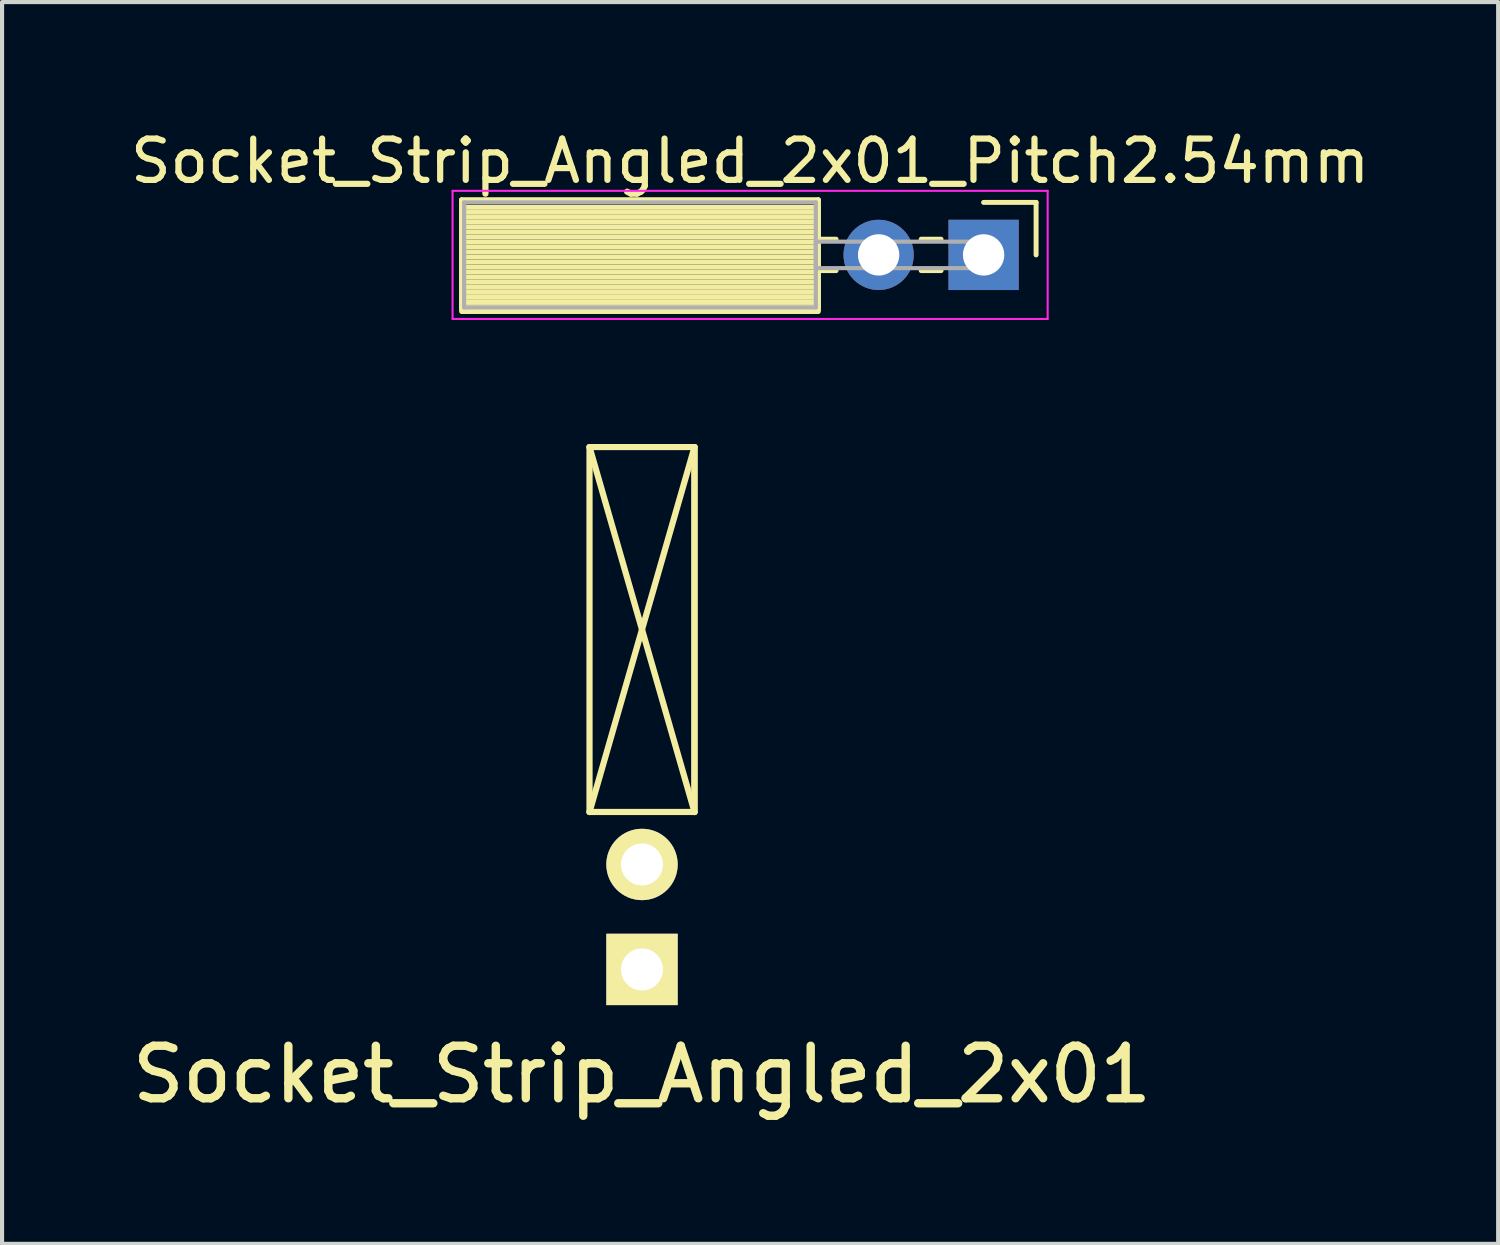
<source format=kicad_pcb>
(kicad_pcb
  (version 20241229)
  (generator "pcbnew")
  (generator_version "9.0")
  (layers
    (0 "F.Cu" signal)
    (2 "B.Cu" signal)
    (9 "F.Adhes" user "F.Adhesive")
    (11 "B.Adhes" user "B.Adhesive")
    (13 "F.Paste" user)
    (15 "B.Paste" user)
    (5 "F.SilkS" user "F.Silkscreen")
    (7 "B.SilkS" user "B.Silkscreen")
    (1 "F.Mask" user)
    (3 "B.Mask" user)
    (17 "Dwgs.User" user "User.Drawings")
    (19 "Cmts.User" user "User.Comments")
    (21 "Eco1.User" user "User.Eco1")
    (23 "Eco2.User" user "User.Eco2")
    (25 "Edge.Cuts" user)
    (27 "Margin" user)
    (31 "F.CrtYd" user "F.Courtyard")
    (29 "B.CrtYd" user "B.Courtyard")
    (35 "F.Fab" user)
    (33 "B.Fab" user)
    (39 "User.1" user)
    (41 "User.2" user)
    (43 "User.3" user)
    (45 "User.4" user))
  (footprint "Socket_Strip_Angled_2x01_Pitch2.54mm"
    (layer "F.Cu")
    (at 20.751 3.118)
    (property "Reference" "Socket_Strip_Angled_2x01_Pitch2.54mm" (at -5.65 -2.27 0) (layer "F.SilkS") (effects (font (size 1 1) (thickness 0.15))))
    (attr through_hole)
    (fp_line (start -12.63 -1.33) (end -4 -1.33) (stroke (width 0.12) (type solid)) (layer "F.SilkS"))
    (fp_line (start -12.63 -1.33) (end -4 -1.33) (stroke (width 0.12) (type solid)) (layer "F.SilkS"))
    (fp_line (start -12.63 1.27) (end -12.63 -1.33) (stroke (width 0.12) (type solid)) (layer "F.SilkS"))
    (fp_line (start -12.63 1.33) (end -12.63 -1.33) (stroke (width 0.12) (type solid)) (layer "F.SilkS"))
    (fp_line (start -4 -1.33) (end -4 1.27) (stroke (width 0.12) (type solid)) (layer "F.SilkS"))
    (fp_line (start -4 -1.33) (end -4 1.33) (stroke (width 0.12) (type solid)) (layer "F.SilkS"))
    (fp_line (start -4 -1.15) (end -12.63 -1.15) (stroke (width 0.12) (type solid)) (layer "F.SilkS"))
    (fp_line (start -4 -1.03) (end -12.63 -1.03) (stroke (width 0.12) (type solid)) (layer "F.SilkS"))
    (fp_line (start -4 -0.91) (end -12.63 -0.91) (stroke (width 0.12) (type solid)) (layer "F.SilkS"))
    (fp_line (start -4 -0.79) (end -12.63 -0.79) (stroke (width 0.12) (type solid)) (layer "F.SilkS"))
    (fp_line (start -4 -0.67) (end -12.63 -0.67) (stroke (width 0.12) (type solid)) (layer "F.SilkS"))
    (fp_line (start -4 -0.55) (end -12.63 -0.55) (stroke (width 0.12) (type solid)) (layer "F.SilkS"))
    (fp_line (start -4 -0.43) (end -12.63 -0.43) (stroke (width 0.12) (type solid)) (layer "F.SilkS"))
    (fp_line (start -4 -0.31) (end -12.63 -0.31) (stroke (width 0.12) (type solid)) (layer "F.SilkS"))
    (fp_line (start -4 -0.19) (end -12.63 -0.19) (stroke (width 0.12) (type solid)) (layer "F.SilkS"))
    (fp_line (start -4 -0.07) (end -12.63 -0.07) (stroke (width 0.12) (type solid)) (layer "F.SilkS"))
    (fp_line (start -4 0.05) (end -12.63 0.05) (stroke (width 0.12) (type solid)) (layer "F.SilkS"))
    (fp_line (start -4 0.17) (end -12.63 0.17) (stroke (width 0.12) (type solid)) (layer "F.SilkS"))
    (fp_line (start -4 0.29) (end -12.63 0.29) (stroke (width 0.12) (type solid)) (layer "F.SilkS"))
    (fp_line (start -4 0.41) (end -12.63 0.41) (stroke (width 0.12) (type solid)) (layer "F.SilkS"))
    (fp_line (start -4 0.53) (end -12.63 0.53) (stroke (width 0.12) (type solid)) (layer "F.SilkS"))
    (fp_line (start -4 0.65) (end -12.63 0.65) (stroke (width 0.12) (type solid)) (layer "F.SilkS"))
    (fp_line (start -4 0.77) (end -12.63 0.77) (stroke (width 0.12) (type solid)) (layer "F.SilkS"))
    (fp_line (start -4 0.89) (end -12.63 0.89) (stroke (width 0.12) (type solid)) (layer "F.SilkS"))
    (fp_line (start -4 1.01) (end -12.63 1.01) (stroke (width 0.12) (type solid)) (layer "F.SilkS"))
    (fp_line (start -4 1.13) (end -12.63 1.13) (stroke (width 0.12) (type solid)) (layer "F.SilkS"))
    (fp_line (start -4 1.25) (end -12.63 1.25) (stroke (width 0.12) (type solid)) (layer "F.SilkS"))
    (fp_line (start -4 1.27) (end -12.63 1.27) (stroke (width 0.12) (type solid)) (layer "F.SilkS"))
    (fp_line (start -4 1.33) (end -12.63 1.33) (stroke (width 0.12) (type solid)) (layer "F.SilkS"))
    (fp_line (start -4 1.37) (end -12.63 1.37) (stroke (width 0.12) (type solid)) (layer "F.SilkS"))
    (fp_line (start -3.57 -0.38) (end -4 -0.38) (stroke (width 0.12) (type solid)) (layer "F.SilkS"))
    (fp_line (start -3.57 0.38) (end -4 0.38) (stroke (width 0.12) (type solid)) (layer "F.SilkS"))
    (fp_line (start -1.03 -0.38) (end -1.51 -0.38) (stroke (width 0.12) (type solid)) (layer "F.SilkS"))
    (fp_line (start -1.03 0.38) (end -1.51 0.38) (stroke (width 0.12) (type solid)) (layer "F.SilkS"))
    (fp_line (start 0 -1.27) (end 1.27 -1.27) (stroke (width 0.12) (type solid)) (layer "F.SilkS"))
    (fp_line (start 1.27 -1.27) (end 1.27 0) (stroke (width 0.12) (type solid)) (layer "F.SilkS"))
    (fp_line (start -12.85 -1.55) (end 1.55 -1.55) (stroke (width 0.05) (type solid)) (layer "F.CrtYd"))
    (fp_line (start -12.85 1.55) (end -12.85 -1.55) (stroke (width 0.05) (type solid)) (layer "F.CrtYd"))
    (fp_line (start 1.55 -1.55) (end 1.55 1.55) (stroke (width 0.05) (type solid)) (layer "F.CrtYd"))
    (fp_line (start 1.55 1.55) (end -12.85 1.55) (stroke (width 0.05) (type solid)) (layer "F.CrtYd"))
    (fp_line (start -12.57 -1.27) (end -4.06 -1.27) (stroke (width 0.1) (type solid)) (layer "F.Fab"))
    (fp_line (start -12.57 1.27) (end -12.57 -1.27) (stroke (width 0.1) (type solid)) (layer "F.Fab"))
    (fp_line (start -4.06 -1.27) (end -4.06 1.27) (stroke (width 0.1) (type solid)) (layer "F.Fab"))
    (fp_line (start -4.06 -0.32) (end 0 -0.32) (stroke (width 0.1) (type solid)) (layer "F.Fab"))
    (fp_line (start -4.06 0.32) (end -4.06 -0.32) (stroke (width 0.1) (type solid)) (layer "F.Fab"))
    (fp_line (start -4.06 1.27) (end -12.57 1.27) (stroke (width 0.1) (type solid)) (layer "F.Fab"))
    (fp_line (start 0 -0.32) (end 0 0.32) (stroke (width 0.1) (type solid)) (layer "F.Fab"))
    (fp_line (start 0 0.32) (end -4.06 0.32) (stroke (width 0.1) (type solid)) (layer "F.Fab"))
    (pad "1" thru_hole rect (at 0 0) (size 1.7 1.7) (drill 1) (layers "*.Cu" "*.Mask"))
    (pad "2" thru_hole oval (at -2.54 0) (size 1.7 1.7) (drill 1) (layers "*.Cu" "*.Mask")))
  (footprint "Socket_Strip_Angled_2x01"
    (layer "F.Cu")
    (at 12.485 19.138)
    (property "Reference" "Socket_Strip_Angled_2x01" (at 0 3.81 0) (layer "F.SilkS") (effects (font (size 1.27 1.27) (thickness 0.203))))
    (attr through_hole)
    (fp_line (start -1.27 -11.37) (end 1.27 -11.37) (stroke (width 0.15) (type solid)) (layer "F.SilkS"))
    (fp_line (start -1.27 -11.37) (end 1.27 -2.54) (stroke (width 0.15) (type solid)) (layer "F.SilkS"))
    (fp_line (start -1.27 -2.54) (end -1.27 -11.37) (stroke (width 0.15) (type solid)) (layer "F.SilkS"))
    (fp_line (start -1.27 -2.54) (end 1.27 -11.37) (stroke (width 0.15) (type solid)) (layer "F.SilkS"))
    (fp_line (start -1.27 -2.54) (end 1.27 -2.54) (stroke (width 0.15) (type solid)) (layer "F.SilkS"))
    (fp_line (start 1.27 -11.37) (end 1.27 -2.54) (stroke (width 0.15) (type solid)) (layer "F.SilkS"))
    (fp_line (start 1.27 -2.54) (end 1.27 -11.37) (stroke (width 0.15) (type solid)) (layer "F.SilkS"))
    (pad "1" thru_hole rect (at 0 1.27) (size 1.727 1.727) (drill 1.016) (layers "*.Cu" "*.Mask" "F.SilkS"))
    (pad "2" thru_hole oval (at 0 -1.27) (size 1.727 1.727) (drill 1.016) (layers "*.Cu" "*.Mask" "F.SilkS")))
  (gr_rect
    (start -3 -3)
    (end 33.202 27.048)
    (stroke (width 0.1) (type default))
    (fill no)
    (layer "Edge.Cuts")))
</source>
